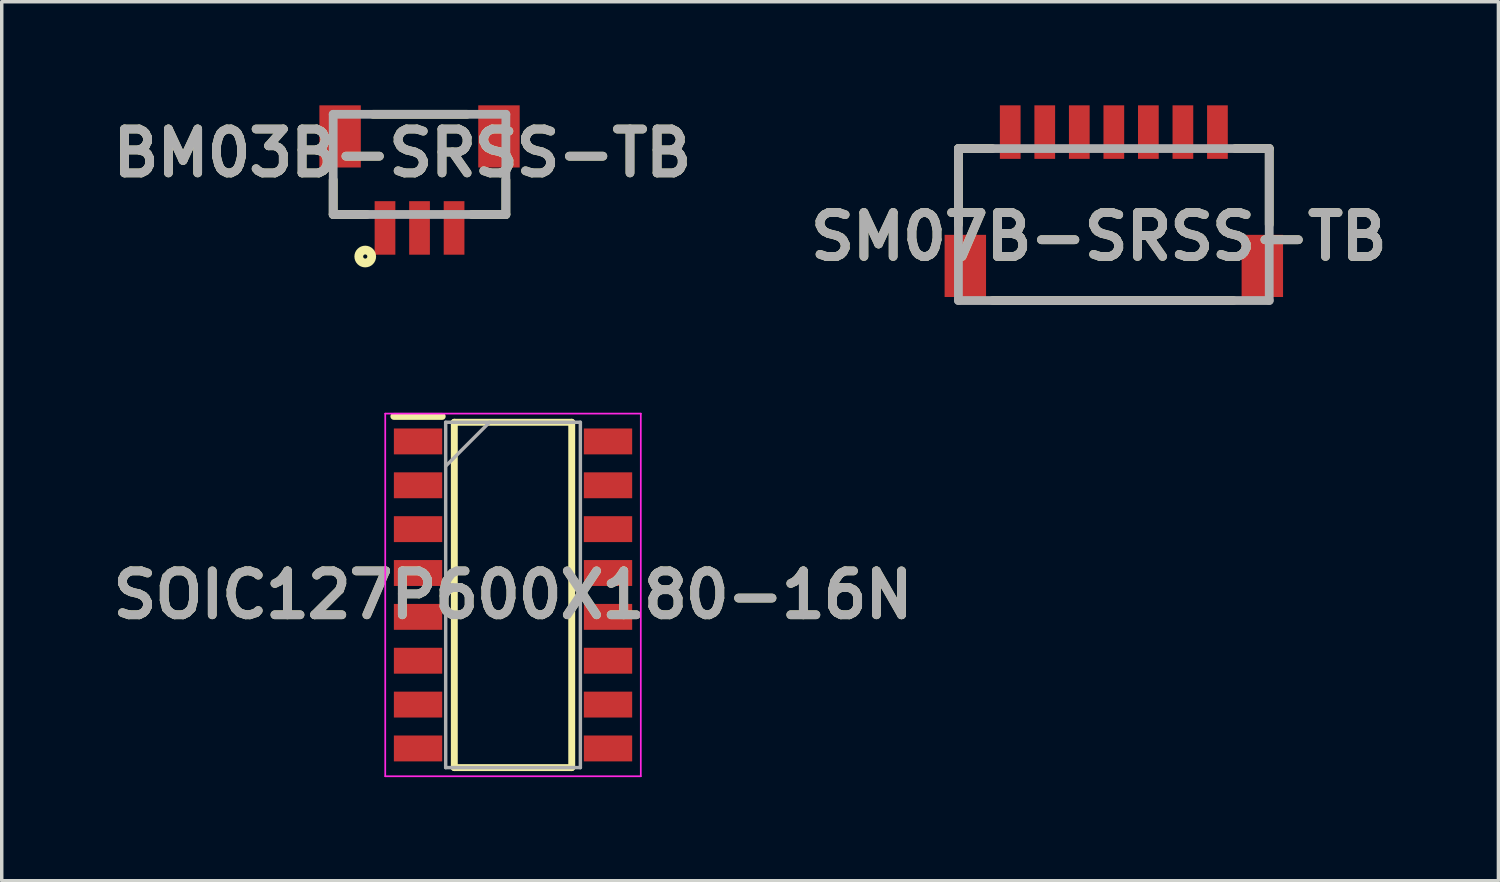
<source format=kicad_pcb>
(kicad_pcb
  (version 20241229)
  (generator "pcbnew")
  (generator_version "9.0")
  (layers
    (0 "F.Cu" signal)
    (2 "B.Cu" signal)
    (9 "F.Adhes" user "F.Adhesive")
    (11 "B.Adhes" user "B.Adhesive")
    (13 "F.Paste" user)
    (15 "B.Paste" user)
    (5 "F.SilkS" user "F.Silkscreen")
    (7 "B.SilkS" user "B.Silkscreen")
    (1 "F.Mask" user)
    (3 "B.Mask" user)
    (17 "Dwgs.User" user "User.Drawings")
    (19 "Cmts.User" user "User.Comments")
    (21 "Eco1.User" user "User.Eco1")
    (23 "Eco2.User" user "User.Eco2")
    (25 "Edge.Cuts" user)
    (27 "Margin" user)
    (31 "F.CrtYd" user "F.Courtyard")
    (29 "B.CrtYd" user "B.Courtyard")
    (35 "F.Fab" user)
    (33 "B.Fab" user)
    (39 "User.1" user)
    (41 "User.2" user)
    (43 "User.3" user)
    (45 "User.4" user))
  (footprint "BM03B-SRSS-TB"
    (layer "F.Cu")
    (at 11.598 3.16)
    (property "Reference" "BM03B-SRSS-TB" (at -2.998 -1.778 0) (layer "F.SilkS") (effects (font (size 1.27 1.27) (thickness 0.254))))
    (attr smd)
    (fp_line (start -5 0) (end -5 -1) (stroke (width 0.254) (type solid)) (layer "F.SilkS"))
    (fp_line (start -5 0) (end -4.029 0) (stroke (width 0.254) (type solid)) (layer "F.SilkS"))
    (fp_line (start -3.842 -2.9) (end -1.13 -2.9) (stroke (width 0.254) (type solid)) (layer "F.SilkS"))
    (fp_line (start 0 0) (end -0.984 0) (stroke (width 0.254) (type solid)) (layer "F.SilkS"))
    (fp_line (start 0 0) (end 0 -1) (stroke (width 0.254) (type solid)) (layer "F.SilkS"))
    (fp_circle (center -4.072 1.218) (end -4.072 1.278) (stroke (width 0.254) (type solid)) (fill no) (layer "F.SilkS"))
    (fp_line (start -5 -2.9) (end 0 -2.9) (stroke (width 0.254) (type solid)) (layer "F.Fab"))
    (fp_line (start -5 0) (end -5 -2.9) (stroke (width 0.254) (type solid)) (layer "F.Fab"))
    (fp_line (start 0 -2.9) (end 0 0) (stroke (width 0.254) (type solid)) (layer "F.Fab"))
    (fp_line (start 0 0) (end -5 0) (stroke (width 0.254) (type solid)) (layer "F.Fab"))
    (fp_text user "${REFERENCE}" (at -2.998 -1.778 0) (layer "F.Fab") (effects (font (size 1.27 1.27) (thickness 0.254))))
    (pad "1" smd rect (at -3.5 0.39) (size 0.6 1.55) (layers "F.Cu" "F.Mask" "F.Paste"))
    (pad "2" smd rect (at -2.5 0.39) (size 0.6 1.55) (layers "F.Cu" "F.Mask" "F.Paste"))
    (pad "3" smd rect (at -1.5 0.39) (size 0.6 1.55) (layers "F.Cu" "F.Mask" "F.Paste"))
    (pad "4" smd rect (at -4.8 -2.26) (size 1.2 1.8) (layers "F.Cu" "F.Mask" "F.Paste"))
    (pad "5" smd rect (at -0.2 -2.26) (size 1.2 1.8) (layers "F.Cu" "F.Mask" "F.Paste")))
  (footprint "SOIC127P600X180-16N"
    (layer "F.Cu")
    (at 11.805 14.177)
    (property "Reference" "SOIC127P600X180-16N" (at 0 0 0) (layer "F.SilkS") (effects (font (size 1.27 1.27) (thickness 0.254))))
    (attr smd)
    (fp_line (start -3.45 -5.17) (end -2.05 -5.17) (stroke (width 0.2) (type solid)) (layer "F.SilkS"))
    (fp_line (start -1.7 -5) (end 1.7 -5) (stroke (width 0.2) (type solid)) (layer "F.SilkS"))
    (fp_line (start -1.7 5) (end -1.7 -5) (stroke (width 0.2) (type solid)) (layer "F.SilkS"))
    (fp_line (start 1.7 -5) (end 1.7 5) (stroke (width 0.2) (type solid)) (layer "F.SilkS"))
    (fp_line (start 1.7 5) (end -1.7 5) (stroke (width 0.2) (type solid)) (layer "F.SilkS"))
    (fp_line (start -3.7 -5.25) (end 3.7 -5.25) (stroke (width 0.05) (type solid)) (layer "F.CrtYd"))
    (fp_line (start -3.7 5.25) (end -3.7 -5.25) (stroke (width 0.05) (type solid)) (layer "F.CrtYd"))
    (fp_line (start 3.7 -5.25) (end 3.7 5.25) (stroke (width 0.05) (type solid)) (layer "F.CrtYd"))
    (fp_line (start 3.7 5.25) (end -3.7 5.25) (stroke (width 0.05) (type solid)) (layer "F.CrtYd"))
    (fp_line (start -1.95 -5) (end 1.95 -5) (stroke (width 0.1) (type solid)) (layer "F.Fab"))
    (fp_line (start -1.95 -3.73) (end -0.68 -5) (stroke (width 0.1) (type solid)) (layer "F.Fab"))
    (fp_line (start -1.95 5) (end -1.95 -5) (stroke (width 0.1) (type solid)) (layer "F.Fab"))
    (fp_line (start 1.95 -5) (end 1.95 5) (stroke (width 0.1) (type solid)) (layer "F.Fab"))
    (fp_line (start 1.95 5) (end -1.95 5) (stroke (width 0.1) (type solid)) (layer "F.Fab"))
    (fp_text user "${REFERENCE}" (at 0 0 0) (layer "F.Fab") (effects (font (size 1.27 1.27) (thickness 0.254))))
    (pad "1" smd rect (at -2.75 -4.445 90) (size 0.75 1.4) (layers "F.Cu" "F.Mask" "F.Paste"))
    (pad "2" smd rect (at -2.75 -3.175 90) (size 0.75 1.4) (layers "F.Cu" "F.Mask" "F.Paste"))
    (pad "3" smd rect (at -2.75 -1.905 90) (size 0.75 1.4) (layers "F.Cu" "F.Mask" "F.Paste"))
    (pad "4" smd rect (at -2.75 -0.635 90) (size 0.75 1.4) (layers "F.Cu" "F.Mask" "F.Paste"))
    (pad "5" smd rect (at -2.75 0.635 90) (size 0.75 1.4) (layers "F.Cu" "F.Mask" "F.Paste"))
    (pad "6" smd rect (at -2.75 1.905 90) (size 0.75 1.4) (layers "F.Cu" "F.Mask" "F.Paste"))
    (pad "7" smd rect (at -2.75 3.175 90) (size 0.75 1.4) (layers "F.Cu" "F.Mask" "F.Paste"))
    (pad "8" smd rect (at -2.75 4.445 90) (size 0.75 1.4) (layers "F.Cu" "F.Mask" "F.Paste"))
    (pad "9" smd rect (at 2.75 4.445 90) (size 0.75 1.4) (layers "F.Cu" "F.Mask" "F.Paste"))
    (pad "10" smd rect (at 2.75 3.175 90) (size 0.75 1.4) (layers "F.Cu" "F.Mask" "F.Paste"))
    (pad "11" smd rect (at 2.75 1.905 90) (size 0.75 1.4) (layers "F.Cu" "F.Mask" "F.Paste"))
    (pad "12" smd rect (at 2.75 0.635 90) (size 0.75 1.4) (layers "F.Cu" "F.Mask" "F.Paste"))
    (pad "13" smd rect (at 2.75 -0.635 90) (size 0.75 1.4) (layers "F.Cu" "F.Mask" "F.Paste"))
    (pad "14" smd rect (at 2.75 -1.905 90) (size 0.75 1.4) (layers "F.Cu" "F.Mask" "F.Paste"))
    (pad "15" smd rect (at 2.75 -3.175 90) (size 0.75 1.4) (layers "F.Cu" "F.Mask" "F.Paste"))
    (pad "16" smd rect (at 2.75 -4.445 90) (size 0.75 1.4) (layers "F.Cu" "F.Mask" "F.Paste")))
  (footprint "SM07B-SRSS-TB"
    (layer "F.Cu")
    (at 24.702 5.652)
    (property "Reference" "SM07B-SRSS-TB" (at 4.067 -1.851 0) (layer "F.SilkS") (effects (font (size 1.27 1.27) (thickness 0.254))))
    (attr smd)
    (fp_line (start 0 -4.4) (end 0 -2.2) (stroke (width 0.254) (type solid)) (layer "F.SilkS"))
    (fp_line (start 0 -4.4) (end 0.98 -4.4) (stroke (width 0.254) (type solid)) (layer "F.SilkS"))
    (fp_line (start 0.994 0) (end 7.961 0) (stroke (width 0.254) (type solid)) (layer "F.SilkS"))
    (fp_line (start 9 -4.4) (end 8.018 -4.4) (stroke (width 0.254) (type solid)) (layer "F.SilkS"))
    (fp_line (start 9 -4.4) (end 9 -2.2) (stroke (width 0.254) (type solid)) (layer "F.SilkS"))
    (fp_line (start 0 -4.4) (end 9 -4.4) (stroke (width 0.254) (type solid)) (layer "F.Fab"))
    (fp_line (start 0 0) (end 0 -4.4) (stroke (width 0.254) (type solid)) (layer "F.Fab"))
    (fp_line (start 9 -4.4) (end 9 0) (stroke (width 0.254) (type solid)) (layer "F.Fab"))
    (fp_line (start 9 0) (end 0 0) (stroke (width 0.254) (type solid)) (layer "F.Fab"))
    (fp_text user "${REFERENCE}" (at 4.067 -1.851 0) (layer "F.Fab") (effects (font (size 1.27 1.27) (thickness 0.254))))
    (pad "1" smd rect (at 1.5 -4.877) (size 0.6 1.55) (layers "F.Cu" "F.Mask" "F.Paste"))
    (pad "2" smd rect (at 2.5 -4.877) (size 0.6 1.55) (layers "F.Cu" "F.Mask" "F.Paste"))
    (pad "3" smd rect (at 3.5 -4.877) (size 0.6 1.55) (layers "F.Cu" "F.Mask" "F.Paste"))
    (pad "4" smd rect (at 4.5 -4.877) (size 0.6 1.55) (layers "F.Cu" "F.Mask" "F.Paste"))
    (pad "5" smd rect (at 5.5 -4.877) (size 0.6 1.55) (layers "F.Cu" "F.Mask" "F.Paste"))
    (pad "6" smd rect (at 6.5 -4.877) (size 0.6 1.55) (layers "F.Cu" "F.Mask" "F.Paste"))
    (pad "7" smd rect (at 7.5 -4.877) (size 0.6 1.55) (layers "F.Cu" "F.Mask" "F.Paste"))
    (pad "8" smd rect (at 0.2 -1.002) (size 1.2 1.8) (layers "F.Cu" "F.Mask" "F.Paste"))
    (pad "9" smd rect (at 8.8 -1.002) (size 1.2 1.8) (layers "F.Cu" "F.Mask" "F.Paste")))
  (gr_rect
    (start -3 -3)
    (end 40.338 22.452)
    (stroke (width 0.1) (type default))
    (fill no)
    (layer "Edge.Cuts")))
</source>
